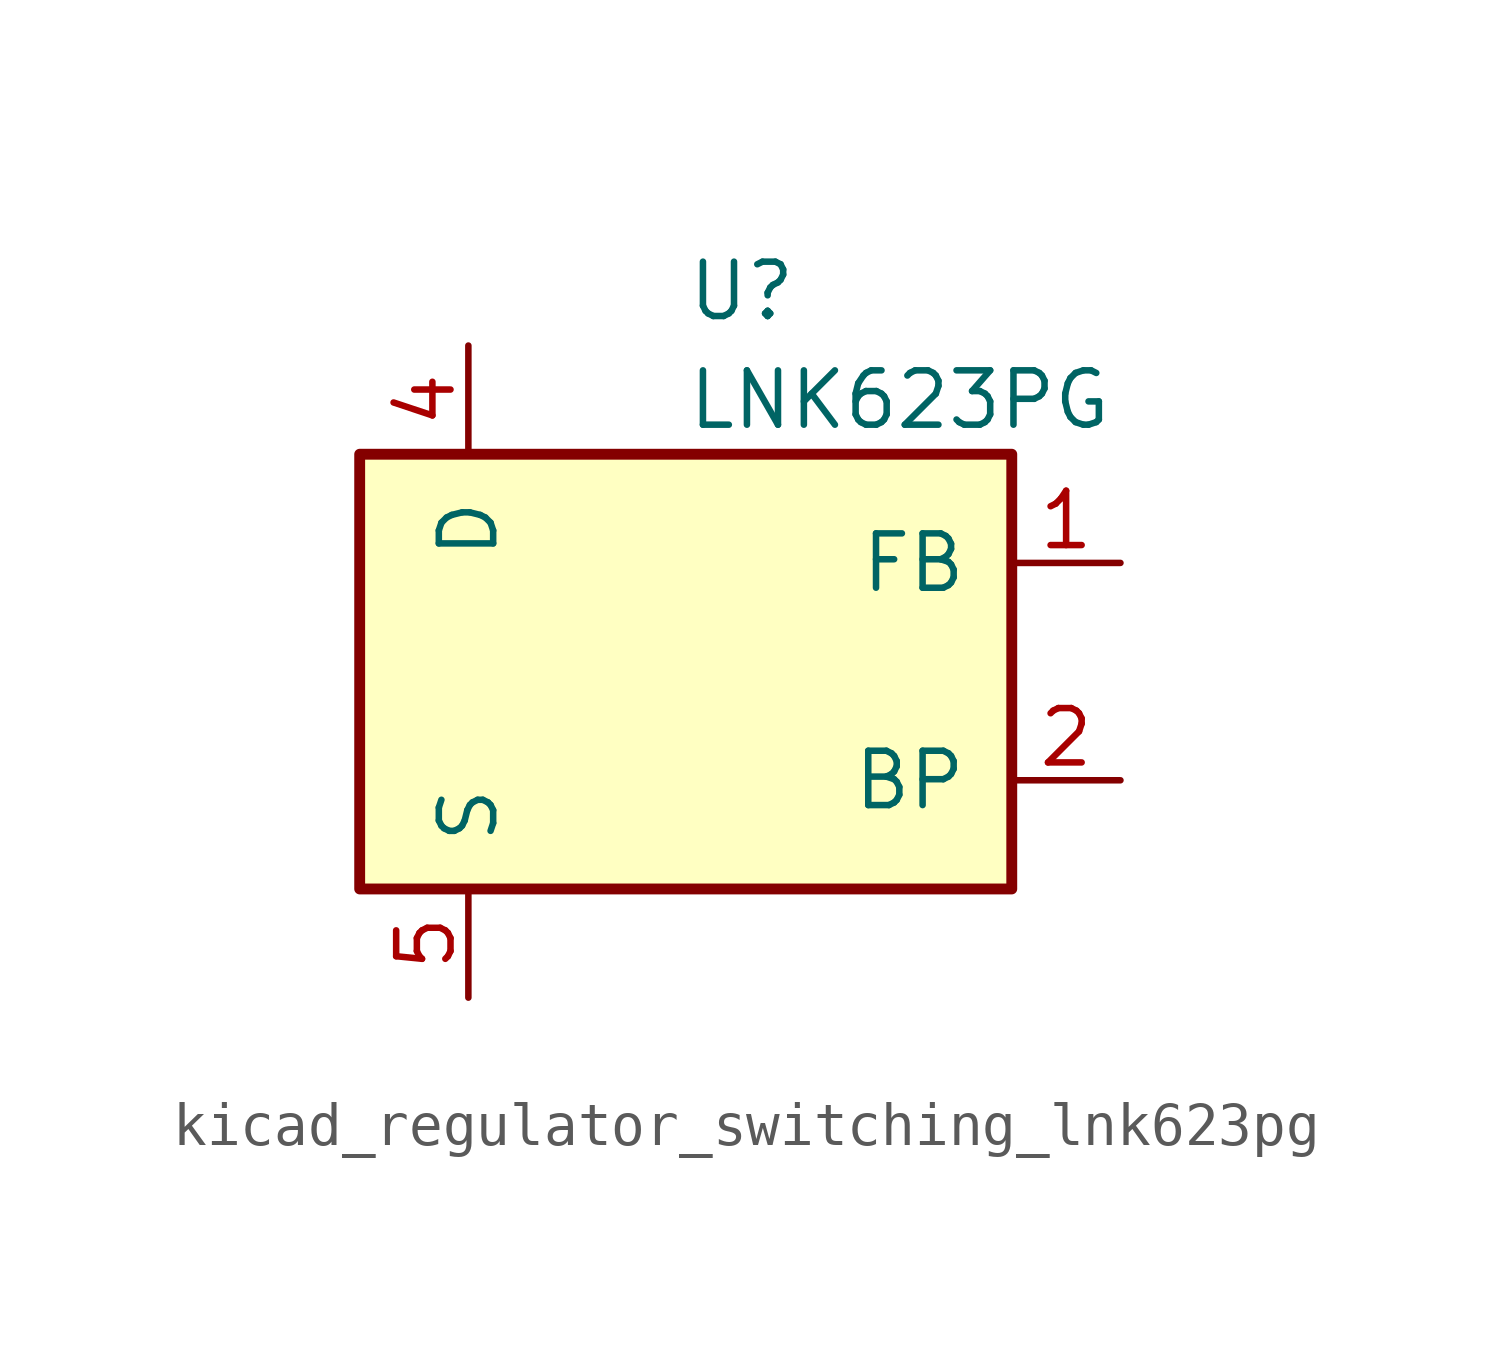
<source format=kicad_sym>
(kicad_symbol_lib
  (version 20220914)
  (generator kicad_symbol_editor)
  (symbol "kicad_regulator_switching_lnk623pg"
    (pin_names
      (offset 1.016))
    (property "Reference" "U"
      (at 0 8.89 0)
      (effects (font (size 1.27 1.27)) (justify left)))
    (property "Value" "LNK623PG"
      (at 0 6.35 0)
      (effects (font (size 1.27 1.27)) (justify left)))
    (symbol "kicad_regulator_switching_lnk623pg_0_1"
      (rectangle (start -7.62 5.08) (end 7.62 -5.08) (stroke (width 0.254) (type default)) (fill (type background))))
    (symbol "kicad_regulator_switching_lnk623pg_1_1"
      (pin input line (at 10.16 2.54 180) (length 2.54) (name "FB" (effects (font (size 1.27 1.27)))) (number "1" (effects (font (size 1.27 1.27)))))
      (pin input line (at 10.16 -2.54 180) (length 2.54) (name "BP" (effects (font (size 1.27 1.27)))) (number "2" (effects (font (size 1.27 1.27)))))
      (pin open_collector line (at -5.08 7.62 270) (length 2.54) (name "D" (effects (font (size 1.27 1.27)))) (number "4" (effects (font (size 1.27 1.27)))))
      (pin power_in line (at -5.08 -7.62 90) (length 2.54) (name "S" (effects (font (size 1.27 1.27)))) (number "5" (effects (font (size 1.27 1.27)))))
      (pin passive line (at -5.08 -7.62 90) (length 2.54) hide (name "S" (effects (font (size 1.27 1.27)))) (number "6" (effects (font (size 1.27 1.27)))))
      (pin passive line (at -5.08 -7.62 90) (length 2.54) hide (name "S" (effects (font (size 1.27 1.27)))) (number "7" (effects (font (size 1.27 1.27)))))
      (pin passive line (at -5.08 -7.62 90) (length 2.54) hide (name "S" (effects (font (size 1.27 1.27)))) (number "8" (effects (font (size 1.27 1.27))))))))
</source>
